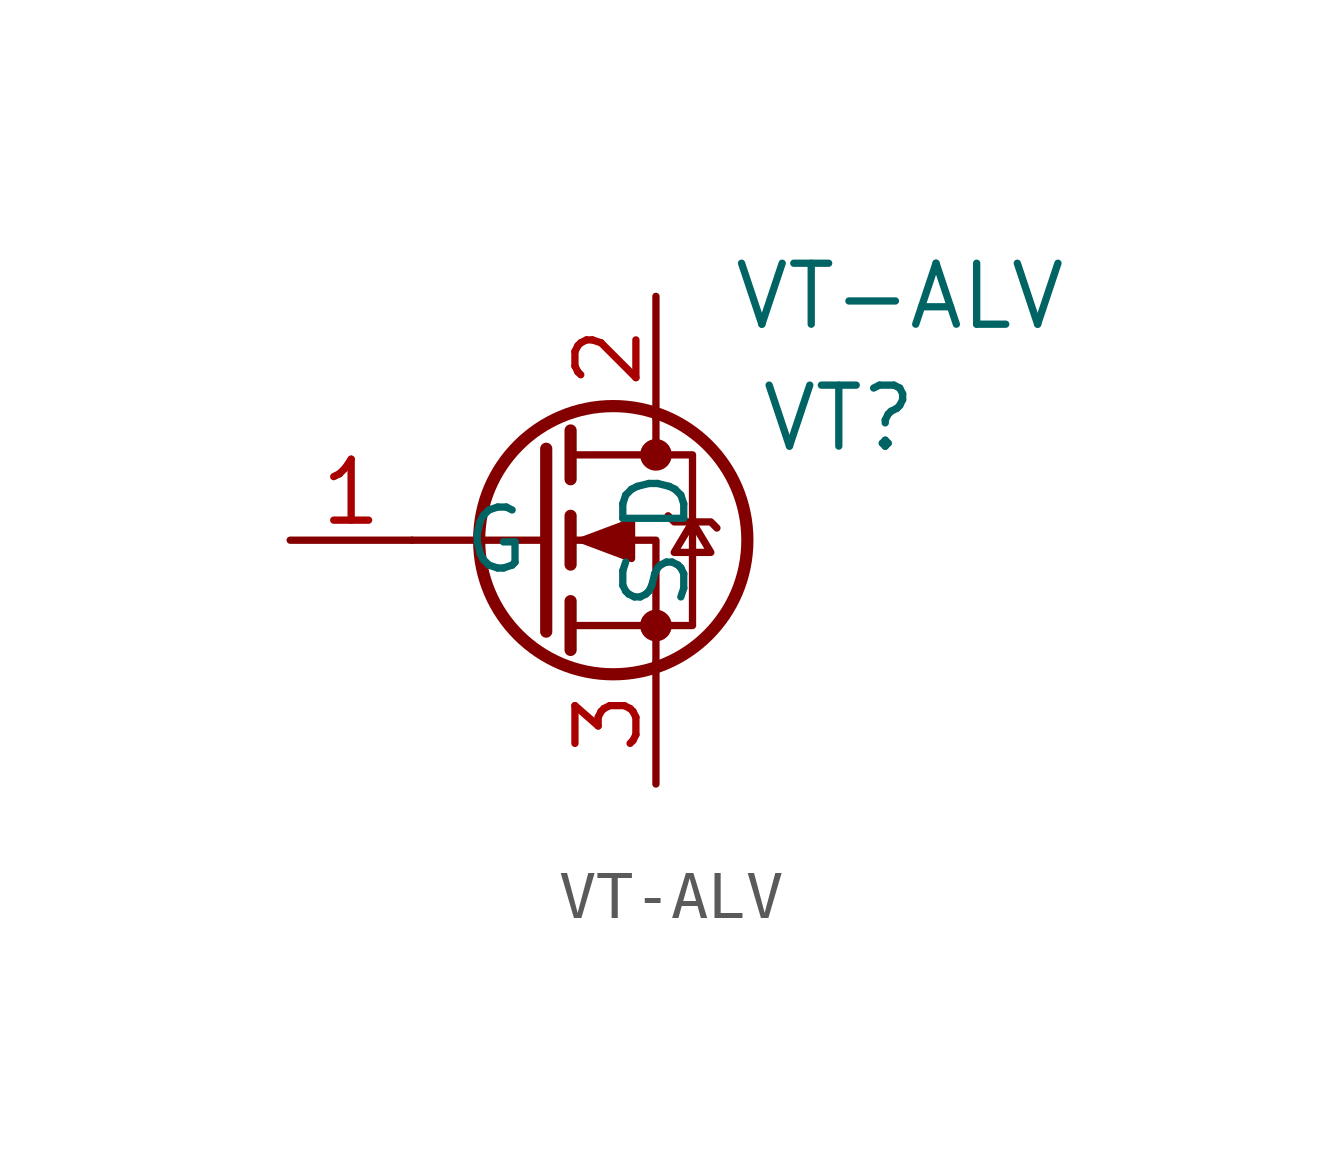
<source format=kicad_sym>
(kicad_symbol_lib
  (version 20211014)
  (generator kicad_symbol_editor)
  (symbol "VT-ALV"
    (pin_names
      (offset 1.016))
    (property "Reference" "VT"
      (at 11.43 2.54 0)
      (effects (font (size 1.27 1.27))))
    (property "Value" "VT-ALV"
      (at 12.7 5.08 0)
      (effects (font (size 1.27 1.27))))
    (symbol "VT-ALV_1_1"
      (polyline (pts (xy 5.334 0) (xy 2.54 0)) (stroke (width 0) (type default) (color 0 0 0 0)) (fill (type none)))
      (polyline (pts (xy 5.334 1.905) (xy 5.334 -1.905)) (stroke (width 0.254) (type default) (color 0 0 0 0)) (fill (type none)))
      (polyline (pts (xy 5.842 -1.27) (xy 5.842 -2.286)) (stroke (width 0.254) (type default) (color 0 0 0 0)) (fill (type none)))
      (polyline (pts (xy 5.842 0.508) (xy 5.842 -0.508)) (stroke (width 0.254) (type default) (color 0 0 0 0)) (fill (type none)))
      (polyline (pts (xy 5.842 2.286) (xy 5.842 1.27)) (stroke (width 0.254) (type default) (color 0 0 0 0)) (fill (type none)))
      (polyline (pts (xy 7.62 2.54) (xy 7.62 1.778)) (stroke (width 0) (type default) (color 0 0 0 0)) (fill (type none)))
      (polyline (pts (xy 7.62 -2.54) (xy 7.62 0) (xy 5.842 0)) (stroke (width 0) (type default) (color 0 0 0 0)) (fill (type none)))
      (polyline (pts (xy 5.842 -1.778) (xy 8.382 -1.778) (xy 8.382 1.778) (xy 5.842 1.778)) (stroke (width 0) (type default) (color 0 0 0 0)) (fill (type none)))
      (polyline (pts (xy 6.096 0) (xy 7.112 0.381) (xy 7.112 -0.381) (xy 6.096 0)) (stroke (width 0) (type default) (color 0 0 0 0)) (fill (type outline)))
      (polyline (pts (xy 7.874 0.508) (xy 8.001 0.381) (xy 8.763 0.381) (xy 8.89 0.254)) (stroke (width 0) (type default) (color 0 0 0 0)) (fill (type none)))
      (polyline (pts (xy 8.382 0.381) (xy 8.001 -0.254) (xy 8.763 -0.254) (xy 8.382 0.381)) (stroke (width 0) (type default) (color 0 0 0 0)) (fill (type none)))
      (circle (center 6.731 0) (radius 2.794) (stroke (width 0.254) (type default) (color 0 0 0 0)) (fill (type none)))
      (circle (center 7.62 -1.778) (radius 0.254) (stroke (width 0) (type default) (color 0 0 0 0)) (fill (type outline)))
      (circle (center 7.62 1.778) (radius 0.254) (stroke (width 0) (type default) (color 0 0 0 0)) (fill (type outline)))
      (pin input line (at 0 0 0) (length 2.54) (name "G" (effects (font (size 1.27 1.27)))) (number "1" (effects (font (size 1.27 1.27)))))
      (pin passive line (at 7.62 5.08 270) (length 2.54) (name "D" (effects (font (size 1.27 1.27)))) (number "2" (effects (font (size 1.27 1.27)))))
      (pin passive line (at 7.62 -5.08 90) (length 2.54) (name "S" (effects (font (size 1.27 1.27)))) (number "3" (effects (font (size 1.27 1.27))))))))
</source>
